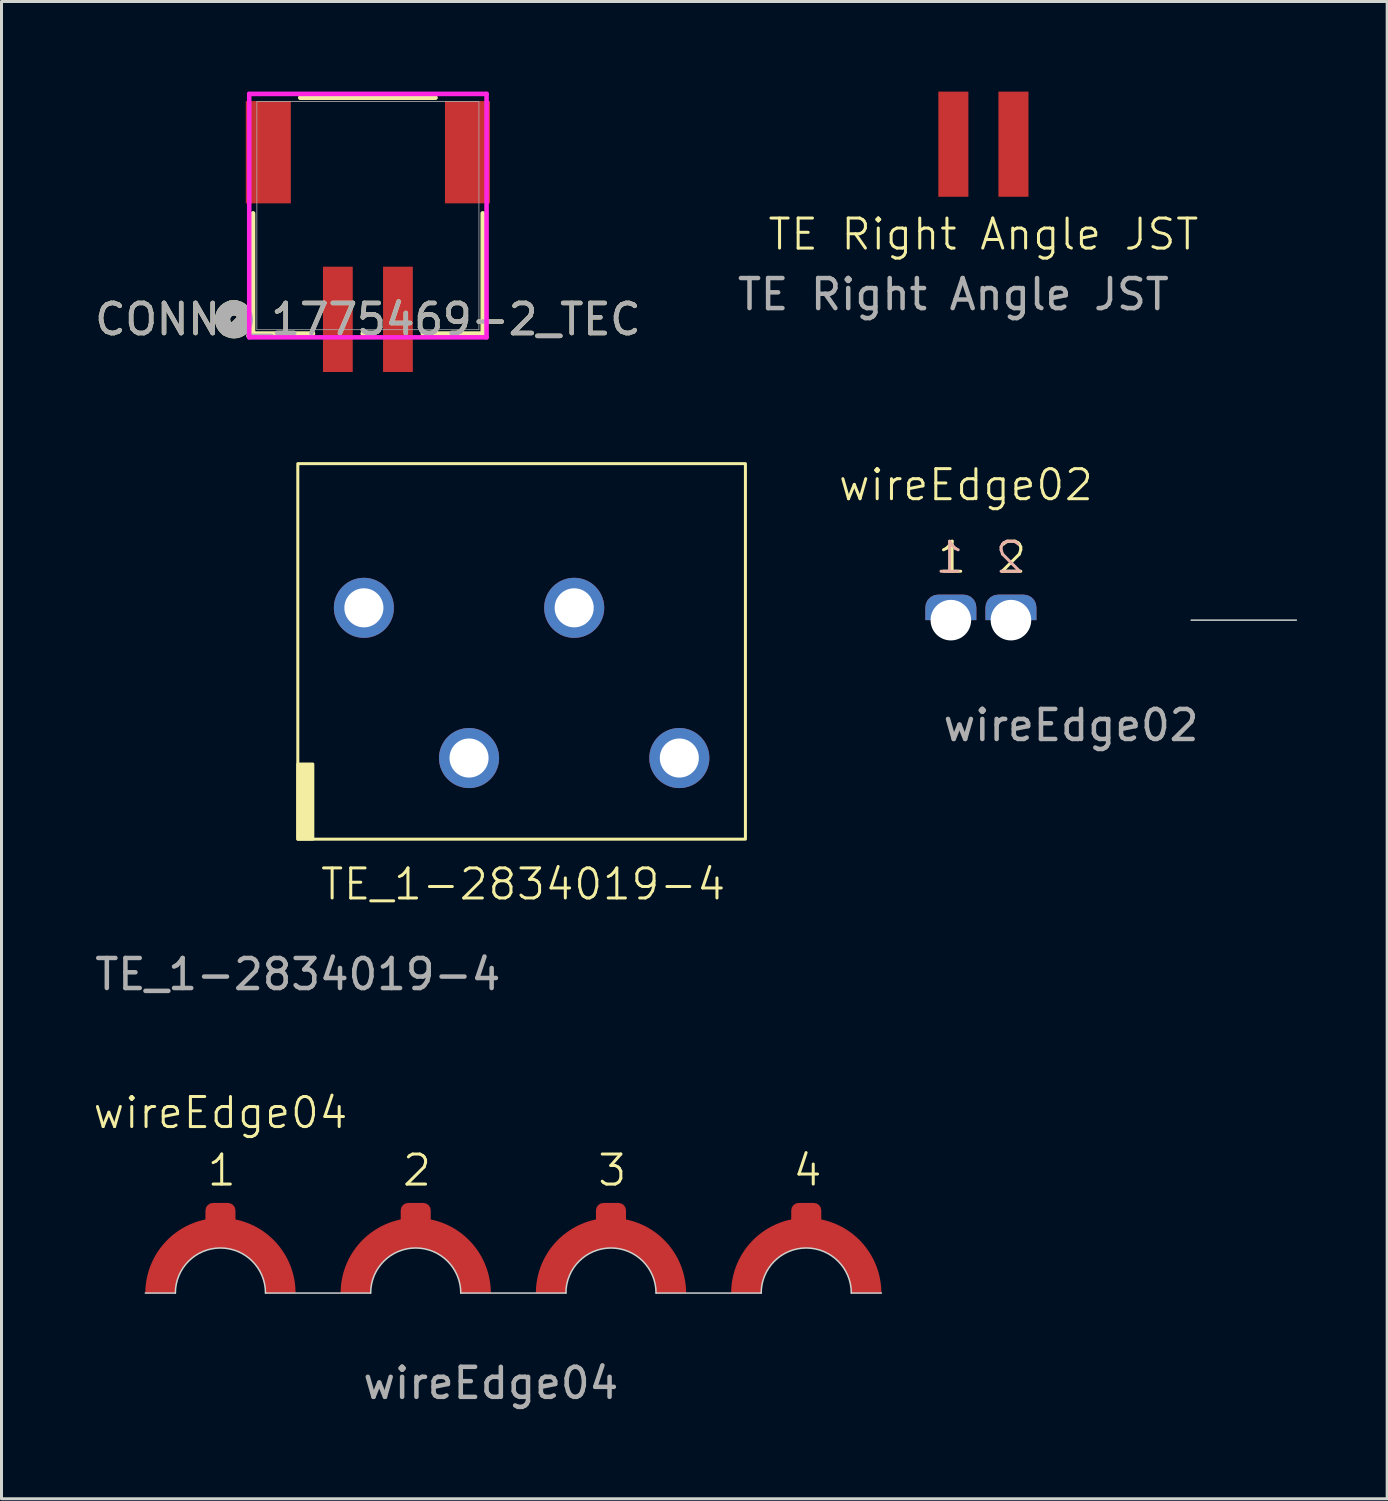
<source format=kicad_pcb>
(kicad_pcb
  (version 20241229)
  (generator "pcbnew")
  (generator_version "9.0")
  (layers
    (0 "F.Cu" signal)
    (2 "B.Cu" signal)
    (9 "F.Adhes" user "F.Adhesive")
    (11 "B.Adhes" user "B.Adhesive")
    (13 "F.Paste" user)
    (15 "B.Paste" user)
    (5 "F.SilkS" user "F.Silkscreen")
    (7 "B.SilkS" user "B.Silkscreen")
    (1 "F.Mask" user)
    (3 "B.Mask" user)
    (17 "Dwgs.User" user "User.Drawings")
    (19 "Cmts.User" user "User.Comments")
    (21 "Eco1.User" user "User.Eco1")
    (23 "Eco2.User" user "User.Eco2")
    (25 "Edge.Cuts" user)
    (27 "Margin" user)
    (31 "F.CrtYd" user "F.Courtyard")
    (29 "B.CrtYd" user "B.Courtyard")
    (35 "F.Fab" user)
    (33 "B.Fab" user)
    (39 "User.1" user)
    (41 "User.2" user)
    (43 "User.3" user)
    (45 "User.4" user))
  (footprint "TE Right Angle JST"
    (layer "F.Cu")
    (at 28.685 1.75)
    (property "Reference" "TE Right Angle JST" (at 1 3 0) (unlocked yes) (layer "F.SilkS") (effects (font (size 1 1) (thickness 0.1))))
    (attr smd)
    (fp_text user "${REFERENCE}" (at 0 5 0) (unlocked yes) (layer "F.Fab") (effects (font (size 1 1) (thickness 0.15))))
    (pad "1" smd rect (at 0 0) (size 1 3.5) (layers "F.Cu" "F.Mask" "F.Paste"))
    (pad "2" smd rect (at 2 0) (size 1 3.5) (layers "F.Cu" "F.Mask" "F.Paste")))
  (footprint "wireEdge04"
    (layer "F.Cu")
    (at 4.288 39.992)
    (property "Reference" "wireEdge04" (at 0 -6 0) (unlocked yes) (layer "F.SilkS") (effects (font (size 1 1) (thickness 0.1))))
    (attr smd)
    (fp_poly (pts (arc (start 2.5 0) (mid 0 -2.5) (end -2.5 0)) (arc (start -1.5 0) (mid 0 -1.5) (end 1.5 0))) (stroke (width 0) (type solid)) (fill yes) (layer "F.Cu"))
    (fp_poly (pts (arc (start 9 0) (mid 6.5 -2.5) (end 4 0)) (arc (start 5 0) (mid 6.5 -1.5) (end 8 0))) (stroke (width 0) (type solid)) (fill yes) (layer "F.Cu"))
    (fp_poly (pts (arc (start 15.5 0) (mid 13 -2.5) (end 10.5 0)) (arc (start 11.5 0) (mid 13 -1.5) (end 14.5 0))) (stroke (width 0) (type solid)) (fill yes) (layer "F.Cu"))
    (fp_poly (pts (arc (start 22 0) (mid 19.5 -2.5) (end 17 0)) (arc (start 18 0) (mid 19.5 -1.5) (end 21 0))) (stroke (width 0) (type solid)) (fill yes) (layer "F.Cu"))
    (fp_poly (pts (arc (start 2.5 0) (mid 0 -2.5) (end -2.5 0)) (arc (start -1.5 0) (mid 0 -1.5) (end 1.5 0))) (stroke (width 0) (type solid)) (fill yes) (layer "F.Paste"))
    (fp_poly (pts (arc (start 9 0) (mid 6.5 -2.5) (end 4 0)) (arc (start 5 0) (mid 6.5 -1.5) (end 8 0))) (stroke (width 0) (type solid)) (fill yes) (layer "F.Paste"))
    (fp_poly (pts (arc (start 15.5 0) (mid 13 -2.5) (end 10.5 0)) (arc (start 11.5 0) (mid 13 -1.5) (end 14.5 0))) (stroke (width 0) (type solid)) (fill yes) (layer "F.Paste"))
    (fp_poly (pts (arc (start 22 0) (mid 19.5 -2.5) (end 17 0)) (arc (start 18 0) (mid 19.5 -1.5) (end 21 0))) (stroke (width 0) (type solid)) (fill yes) (layer "F.Paste"))
    (fp_line (start -1.5 0) (end -2.5 0) (stroke (width 0.05) (type default)) (layer "Edge.Cuts"))
    (fp_line (start 1.5 0) (end 5 0) (stroke (width 0.05) (type default)) (layer "Edge.Cuts"))
    (fp_line (start 8 0) (end 11.5 0) (stroke (width 0.05) (type default)) (layer "Edge.Cuts"))
    (fp_line (start 14.5 0) (end 18 0) (stroke (width 0.05) (type default)) (layer "Edge.Cuts"))
    (fp_line (start 21 0) (end 22 0) (stroke (width 0.05) (type default)) (layer "Edge.Cuts"))
    (fp_arc (start -1.5 0) (mid 0 -1.5) (end 1.5 0) (stroke (width 0.05) (type default)) (layer "Edge.Cuts"))
    (fp_arc (start 5 0) (mid 6.5 -1.5) (end 8 0) (stroke (width 0.05) (type default)) (layer "Edge.Cuts"))
    (fp_arc (start 11.5 0) (mid 13 -1.5) (end 14.5 0) (stroke (width 0.05) (type default)) (layer "Edge.Cuts"))
    (fp_arc (start 18 0) (mid 19.5 -1.5) (end 21 0) (stroke (width 0.05) (type default)) (layer "Edge.Cuts"))
    (fp_rect (start -2.5 -3) (end 22 0) (stroke (width 0.1) (type default)) (fill no) (layer "Margin"))
    (fp_text user "3" (at 12.5 -3.5 0) (unlocked yes) (layer "F.SilkS") (effects (font (size 1 1) (thickness 0.1)) (justify left bottom)))
    (fp_text user "1" (at -0.5 -3.5 0) (unlocked yes) (layer "F.SilkS") (effects (font (size 1 1) (thickness 0.1)) (justify left bottom)))
    (fp_text user "4" (at 19 -3.5 0) (unlocked yes) (layer "F.SilkS") (effects (font (size 1 1) (thickness 0.1)) (justify left bottom)))
    (fp_text user "2" (at 6 -3.5 0) (unlocked yes) (layer "F.SilkS") (effects (font (size 1 1) (thickness 0.1)) (justify left bottom)))
    (fp_text user "${REFERENCE}" (at 9 3 0) (unlocked yes) (layer "F.Fab") (effects (font (size 1 1) (thickness 0.15))))
    (pad "1" smd roundrect (at 0 -2.5 90) (size 1 1) (layers "F.Cu" "F.Mask" "F.Paste") (roundrect_rratio 0.25))
    (pad "2" smd roundrect (at 6.5 -2.5 90) (size 1 1) (layers "F.Cu" "F.Mask" "F.Paste") (roundrect_rratio 0.25))
    (pad "3" smd roundrect (at 13 -2.5 90) (size 1 1) (layers "F.Cu" "F.Mask" "F.Paste") (roundrect_rratio 0.25))
    (pad "4" smd roundrect (at 19.5 -2.5 90) (size 1 1) (layers "F.Cu" "F.Mask" "F.Paste") (roundrect_rratio 0.25)))
  (footprint "wireEdge02"
    (layer "F.Cu")
    (at 28.601 17.593)
    (property "Reference" "wireEdge02" (at 0.5 -4.5 0) (unlocked yes) (layer "F.SilkS") (effects (font (size 1 1) (thickness 0.1))))
    (attr through_hole)
    (fp_line (start 8 0) (end 11.5 0) (stroke (width 0.05) (type default)) (layer "Edge.Cuts"))
    (fp_text user "1" (at -0.5 -1.5 0) (unlocked yes) (layer "F.SilkS") (effects (font (size 1 1) (thickness 0.1)) (justify left bottom)))
    (fp_text user "2" (at 1.5 -1.5 0) (unlocked yes) (layer "F.SilkS") (effects (font (size 1 1) (thickness 0.1)) (justify left bottom)))
    (fp_text user "2" (at 2.5 -1.5 0) (unlocked yes) (layer "B.SilkS") (effects (font (size 1 1) (thickness 0.1)) (justify left bottom mirror)))
    (fp_text user "1" (at 0.5 -1.5 0) (unlocked yes) (layer "B.SilkS") (effects (font (size 1 1) (thickness 0.1)) (justify left bottom mirror)))
    (fp_text user "${REFERENCE}" (at 4 3.5 0) (unlocked yes) (layer "F.Fab") (effects (font (size 1 1) (thickness 0.15))))
    (pad "1" thru_hole roundrect (at 0 0) (size 1.7 0.85) (drill 1.35 (offset 0 -0.425)) (layers "*.Cu" "*.Mask") (roundrect_rratio 0.5) (chamfer_ratio 0) (chamfer bottom_left bottom_right))
    (pad "2" thru_hole roundrect (at 2 0) (size 1.7 0.85) (drill 1.35 (offset 0 -0.425)) (layers "*.Cu" "*.Mask") (roundrect_rratio 0.5) (chamfer_ratio 0) (chamfer bottom_left bottom_right)))
  (footprint "TE_1-2834019-4"
    (layer "F.Cu")
    (at 6.863 24.883)
    (property "Reference" "TE_1-2834019-4" (at 7.5 1.5 0) (unlocked yes) (layer "F.SilkS") (effects (font (size 1 1) (thickness 0.1))))
    (attr through_hole)
    (fp_rect (start 0 -12.5) (end 14.9 0) (stroke (width 0.1) (type default)) (fill no) (layer "F.SilkS"))
    (fp_rect (start 0 -2.5) (end 0.5 0) (stroke (width 0.1) (type solid)) (fill yes) (layer "F.SilkS"))
    (fp_text user "${REFERENCE}" (at 0 4.5 0) (unlocked yes) (layer "F.Fab") (effects (font (size 1 1) (thickness 0.15))))
    (pad "1" thru_hole circle (at 2.2 -7.7) (size 2 2) (drill 1.3) (layers "*.Cu" "*.Mask"))
    (pad "2" thru_hole circle (at 5.7 -2.7) (size 2 2) (drill 1.3) (layers "*.Cu" "*.Mask"))
    (pad "3" thru_hole circle (at 9.2 -7.7) (size 2 2) (drill 1.3) (layers "*.Cu" "*.Mask"))
    (pad "4" thru_hole circle (at 12.7 -2.7) (size 2 2) (drill 1.3) (layers "*.Cu" "*.Mask")))
  (footprint "CONN2_1775469-2_TEC"
    (layer "F.Cu")
    (at 10.196 7.58)
    (property "Reference" "CONN2_1775469-2_TEC" (at -1 0 0) (unlocked yes) (layer "F.SilkS") (effects (font (size 1 1) (thickness 0.15))))
    (attr smd)
    (fp_line (start -4.823 -3.528) (end -4.823 0.472) (stroke (width 0.152) (type solid)) (layer "F.SilkS"))
    (fp_line (start -4.823 0.472) (end -2.828 0.472) (stroke (width 0.152) (type solid)) (layer "F.SilkS"))
    (fp_line (start -1.172 0.472) (end -0.828 0.472) (stroke (width 0.152) (type solid)) (layer "F.SilkS"))
    (fp_line (start 0.828 0.472) (end 2.823 0.472) (stroke (width 0.152) (type solid)) (layer "F.SilkS"))
    (fp_line (start 1.252 -7.377) (end -3.252 -7.377) (stroke (width 0.152) (type solid)) (layer "F.SilkS"))
    (fp_line (start 2.823 0.472) (end 2.823 -3.528) (stroke (width 0.152) (type solid)) (layer "F.SilkS"))
    (fp_circle (center -5.458 0) (end -5.077 0) (stroke (width 0.508) (type solid)) (fill no) (layer "F.SilkS"))
    (fp_line (start -4.95 -7.504) (end -4.95 0.599) (stroke (width 0.152) (type solid)) (layer "F.CrtYd"))
    (fp_line (start -4.95 0.599) (end 2.95 0.599) (stroke (width 0.152) (type solid)) (layer "F.CrtYd"))
    (fp_line (start 2.95 -7.504) (end -4.95 -7.504) (stroke (width 0.152) (type solid)) (layer "F.CrtYd"))
    (fp_line (start 2.95 0.599) (end 2.95 -7.504) (stroke (width 0.152) (type solid)) (layer "F.CrtYd"))
    (fp_line (start -4.696 -7.25) (end -4.696 0.345) (stroke (width 0.025) (type solid)) (layer "F.Fab"))
    (fp_line (start -4.696 0.345) (end 2.696 0.345) (stroke (width 0.025) (type solid)) (layer "F.Fab"))
    (fp_line (start 2.696 -7.25) (end -4.696 -7.25) (stroke (width 0.025) (type solid)) (layer "F.Fab"))
    (fp_line (start 2.696 0.345) (end 2.696 -7.25) (stroke (width 0.025) (type solid)) (layer "F.Fab"))
    (fp_circle (center -5.458 0) (end -5.077 0) (stroke (width 0.508) (type solid)) (fill no) (layer "F.Fab"))
    (fp_text user "${REFERENCE}" (at -1 0 0) (unlocked yes) (layer "F.Fab") (effects (font (size 1 1) (thickness 0.15))))
    (pad "1" smd rect (at -2 0) (size 0.991 3.505) (layers "F.Cu" "F.Mask" "F.Paste"))
    (pad "2" smd rect (at 0 0) (size 0.991 3.505) (layers "F.Cu" "F.Mask" "F.Paste"))
    (pad "3" smd rect (at -4.315 -5.563) (size 1.499 3.404) (layers "F.Cu" "F.Mask" "F.Paste"))
    (pad "4" smd rect (at 2.315 -5.563) (size 1.499 3.404) (layers "F.Cu" "F.Mask" "F.Paste")))
  (gr_rect
    (start -3 -3)
    (end 43.126 46.84)
    (stroke (width 0.1) (type default))
    (fill no)
    (layer "Edge.Cuts")))
</source>
